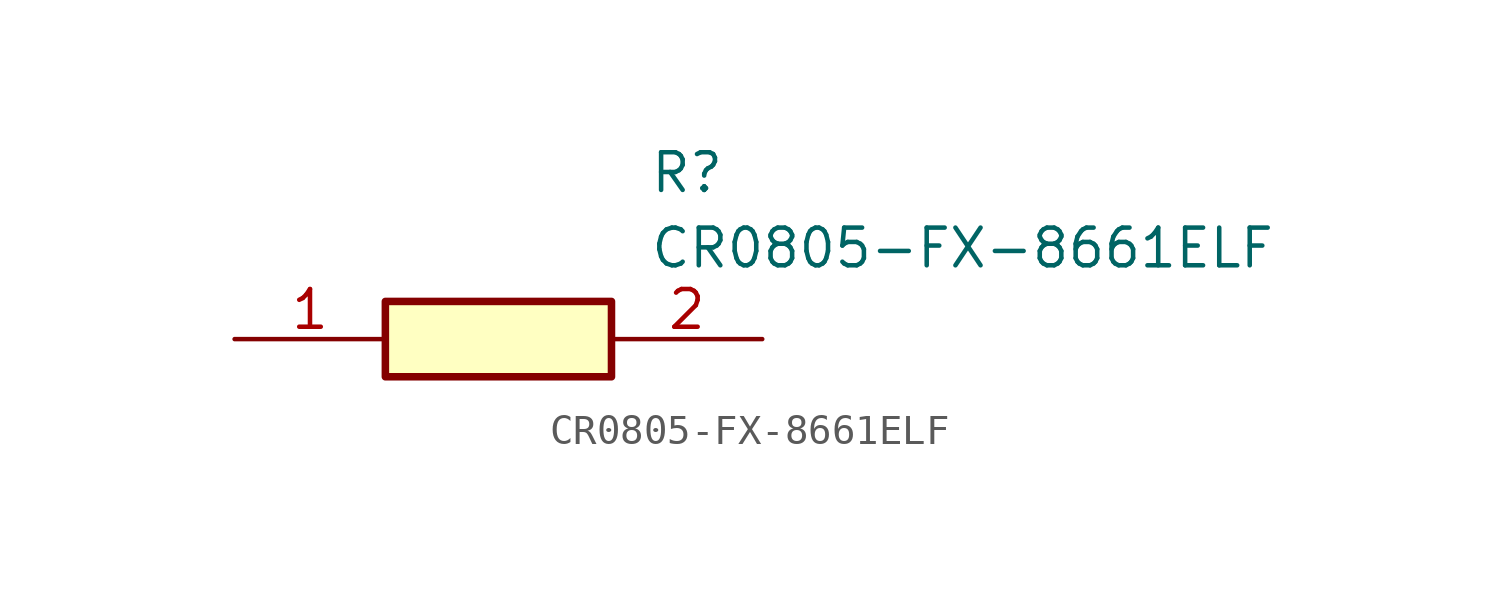
<source format=kicad_sym>
(kicad_symbol_lib
  (version 20211014)
  (generator SamacSys_ECAD_Model)
  (symbol "CR0805-FX-8661ELF"
    (pin_names hide)
    (property "Reference" "R"
      (at 13.97 6.35 0)
      (effects (font (size 1.27 1.27)) (justify left top)))
    (property "Value" "CR0805-FX-8661ELF"
      (at 13.97 3.81 0)
      (effects (font (size 1.27 1.27)) (justify left top)))
    (rectangle
      (start 5.08 1.27)
      (end 12.7 -1.27)
      (stroke (width 0.254) (type default))
      (fill (type background)))
    (pin passive line
      (at 0 0 0)
      (length 5.08)
      (name "1" (effects (font (size 1.27 1.27))))
      (number "1" (effects (font (size 1.27 1.27)))))
    (pin passive line
      (at 17.78 0 180)
      (length 5.08)
      (name "2" (effects (font (size 1.27 1.27))))
      (number "2" (effects (font (size 1.27 1.27)))))))
</source>
